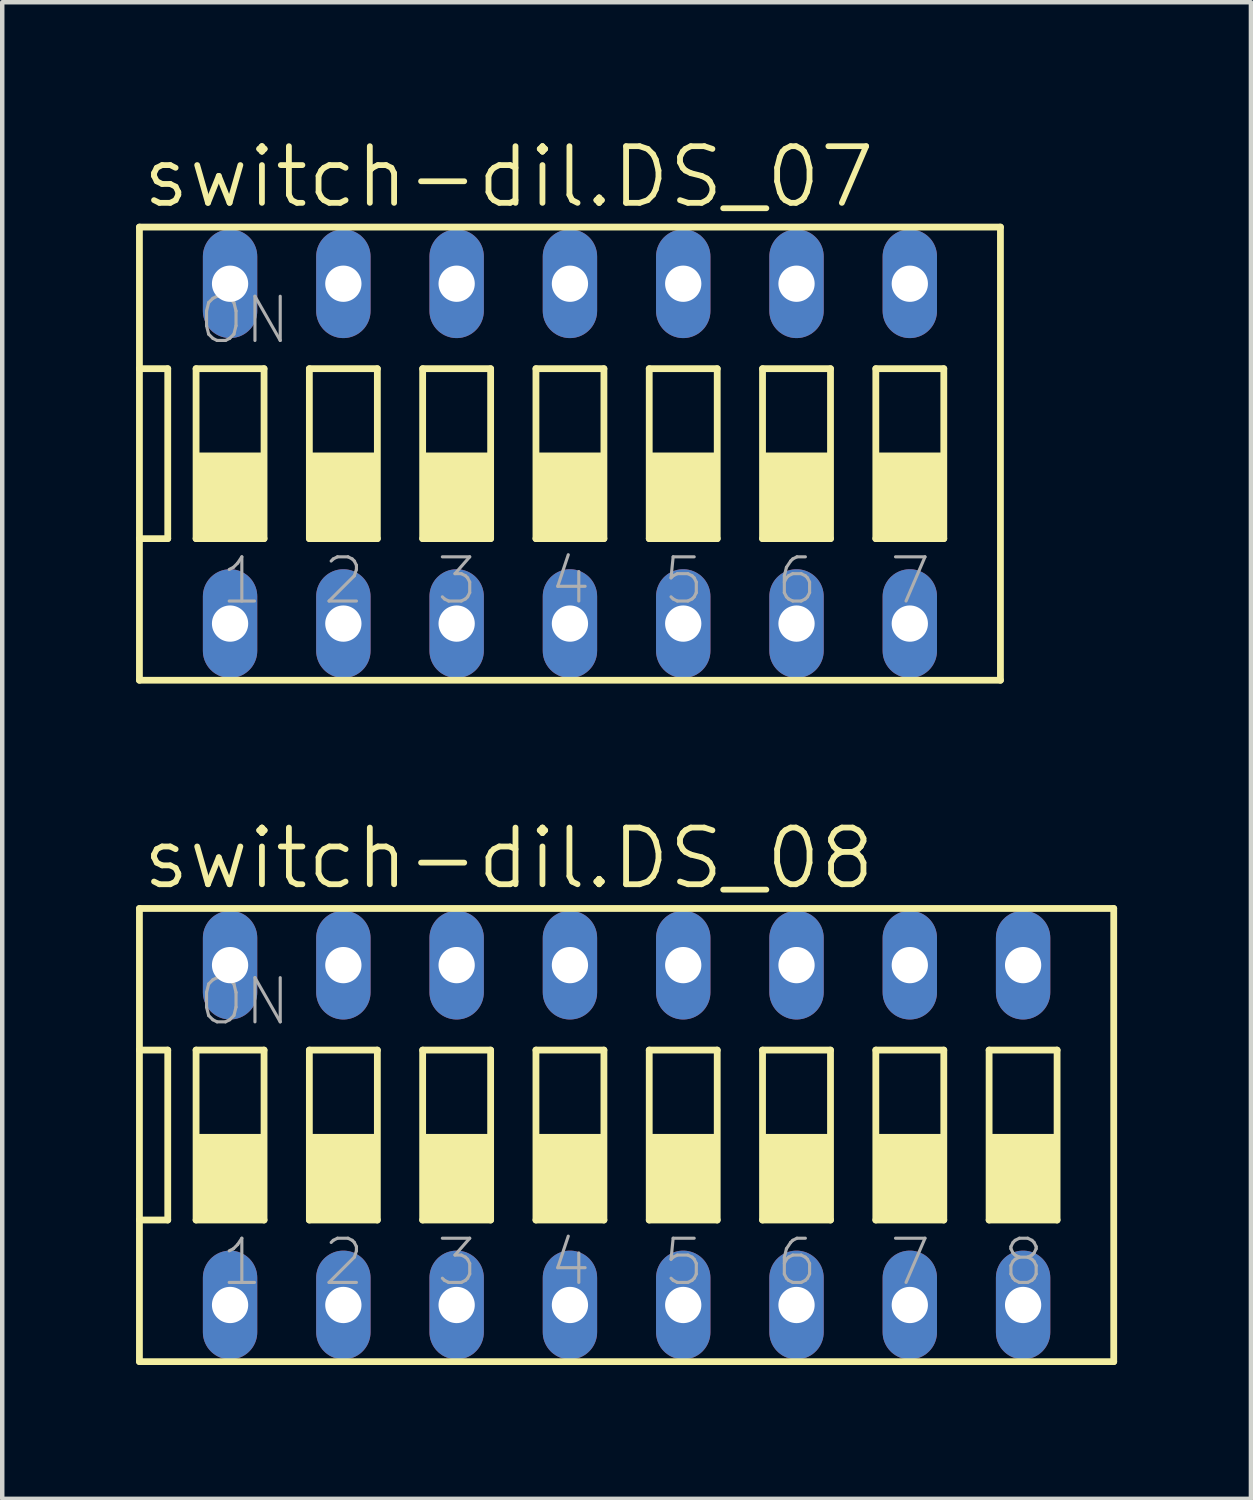
<source format=kicad_pcb>
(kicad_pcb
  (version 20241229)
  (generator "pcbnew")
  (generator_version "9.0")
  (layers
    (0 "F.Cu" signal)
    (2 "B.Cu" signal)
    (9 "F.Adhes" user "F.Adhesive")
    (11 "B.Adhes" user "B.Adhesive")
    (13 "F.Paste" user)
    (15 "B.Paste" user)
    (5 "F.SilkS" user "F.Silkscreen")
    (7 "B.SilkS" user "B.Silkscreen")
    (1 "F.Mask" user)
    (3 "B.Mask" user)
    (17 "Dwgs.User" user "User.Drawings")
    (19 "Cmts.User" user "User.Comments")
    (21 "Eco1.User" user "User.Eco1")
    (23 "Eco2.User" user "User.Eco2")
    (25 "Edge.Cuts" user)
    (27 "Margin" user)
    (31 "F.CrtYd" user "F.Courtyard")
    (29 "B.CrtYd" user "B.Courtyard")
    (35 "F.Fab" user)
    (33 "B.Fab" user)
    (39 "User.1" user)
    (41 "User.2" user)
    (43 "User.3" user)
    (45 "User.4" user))
  (footprint "switch-dil.DS_08"
    (layer "F.Cu")
    (at 10.998 22.398)
    (property "Reference" "switch-dil.DS_08" (at -10.922 -5.461 0) (layer "F.SilkS") (effects (font (size 1.27 1.27) (thickness 0.13)) (justify left bottom)))
    (attr through_hole)
    (fp_line (start -10.922 -5.08) (end -10.922 -1.905) (stroke (width 0.152) (type default)) (layer "F.SilkS"))
    (fp_line (start -10.922 -1.905) (end -10.922 1.905) (stroke (width 0.152) (type default)) (layer "F.SilkS"))
    (fp_line (start -10.922 -1.905) (end -10.287 -1.905) (stroke (width 0.152) (type default)) (layer "F.SilkS"))
    (fp_line (start -10.922 1.905) (end -10.922 5.08) (stroke (width 0.152) (type default)) (layer "F.SilkS"))
    (fp_line (start -10.922 1.905) (end -10.287 1.905) (stroke (width 0.152) (type default)) (layer "F.SilkS"))
    (fp_line (start -10.922 5.08) (end 10.922 5.08) (stroke (width 0.152) (type default)) (layer "F.SilkS"))
    (fp_line (start -10.287 1.905) (end -10.287 -1.905) (stroke (width 0.152) (type default)) (layer "F.SilkS"))
    (fp_line (start -9.652 -1.905) (end -9.652 1.905) (stroke (width 0.152) (type default)) (layer "F.SilkS"))
    (fp_line (start -9.652 -1.905) (end -8.128 -1.905) (stroke (width 0.152) (type default)) (layer "F.SilkS"))
    (fp_line (start -8.128 1.905) (end -9.652 1.905) (stroke (width 0.152) (type default)) (layer "F.SilkS"))
    (fp_line (start -8.128 1.905) (end -8.128 -1.905) (stroke (width 0.152) (type default)) (layer "F.SilkS"))
    (fp_line (start -7.112 -1.905) (end -7.112 1.905) (stroke (width 0.152) (type default)) (layer "F.SilkS"))
    (fp_line (start -7.112 -1.905) (end -5.588 -1.905) (stroke (width 0.152) (type default)) (layer "F.SilkS"))
    (fp_line (start -5.588 1.905) (end -7.112 1.905) (stroke (width 0.152) (type default)) (layer "F.SilkS"))
    (fp_line (start -5.588 1.905) (end -5.588 -1.905) (stroke (width 0.152) (type default)) (layer "F.SilkS"))
    (fp_line (start -4.572 -1.905) (end -4.572 1.905) (stroke (width 0.152) (type default)) (layer "F.SilkS"))
    (fp_line (start -4.572 -1.905) (end -3.048 -1.905) (stroke (width 0.152) (type default)) (layer "F.SilkS"))
    (fp_line (start -3.048 1.905) (end -4.572 1.905) (stroke (width 0.152) (type default)) (layer "F.SilkS"))
    (fp_line (start -3.048 1.905) (end -3.048 -1.905) (stroke (width 0.152) (type default)) (layer "F.SilkS"))
    (fp_line (start -2.032 -1.905) (end -2.032 1.905) (stroke (width 0.152) (type default)) (layer "F.SilkS"))
    (fp_line (start -2.032 -1.905) (end -0.508 -1.905) (stroke (width 0.152) (type default)) (layer "F.SilkS"))
    (fp_line (start -0.508 1.905) (end -2.032 1.905) (stroke (width 0.152) (type default)) (layer "F.SilkS"))
    (fp_line (start -0.508 1.905) (end -0.508 -1.905) (stroke (width 0.152) (type default)) (layer "F.SilkS"))
    (fp_line (start 0.508 -1.905) (end 0.508 1.905) (stroke (width 0.152) (type default)) (layer "F.SilkS"))
    (fp_line (start 0.508 -1.905) (end 2.032 -1.905) (stroke (width 0.152) (type default)) (layer "F.SilkS"))
    (fp_line (start 2.032 1.905) (end 0.508 1.905) (stroke (width 0.152) (type default)) (layer "F.SilkS"))
    (fp_line (start 2.032 1.905) (end 2.032 -1.905) (stroke (width 0.152) (type default)) (layer "F.SilkS"))
    (fp_line (start 3.048 -1.905) (end 3.048 1.905) (stroke (width 0.152) (type default)) (layer "F.SilkS"))
    (fp_line (start 3.048 -1.905) (end 4.572 -1.905) (stroke (width 0.152) (type default)) (layer "F.SilkS"))
    (fp_line (start 4.572 1.905) (end 3.048 1.905) (stroke (width 0.152) (type default)) (layer "F.SilkS"))
    (fp_line (start 4.572 1.905) (end 4.572 -1.905) (stroke (width 0.152) (type default)) (layer "F.SilkS"))
    (fp_line (start 5.588 -1.905) (end 5.588 1.905) (stroke (width 0.152) (type default)) (layer "F.SilkS"))
    (fp_line (start 5.588 -1.905) (end 7.112 -1.905) (stroke (width 0.152) (type default)) (layer "F.SilkS"))
    (fp_line (start 7.112 1.905) (end 5.588 1.905) (stroke (width 0.152) (type default)) (layer "F.SilkS"))
    (fp_line (start 7.112 1.905) (end 7.112 -1.905) (stroke (width 0.152) (type default)) (layer "F.SilkS"))
    (fp_line (start 8.128 -1.905) (end 8.128 1.905) (stroke (width 0.152) (type default)) (layer "F.SilkS"))
    (fp_line (start 8.128 -1.905) (end 9.652 -1.905) (stroke (width 0.152) (type default)) (layer "F.SilkS"))
    (fp_line (start 9.652 1.905) (end 8.128 1.905) (stroke (width 0.152) (type default)) (layer "F.SilkS"))
    (fp_line (start 9.652 1.905) (end 9.652 -1.905) (stroke (width 0.152) (type default)) (layer "F.SilkS"))
    (fp_line (start 10.922 -5.08) (end -10.922 -5.08) (stroke (width 0.152) (type default)) (layer "F.SilkS"))
    (fp_line (start 10.922 5.08) (end 10.922 -5.08) (stroke (width 0.152) (type default)) (layer "F.SilkS"))
    (fp_rect (start -9.652 1.905) (end -8.128 0) (stroke (width 0.05) (type default)) (fill yes) (layer "F.SilkS"))
    (fp_rect (start -7.112 1.905) (end -5.588 0) (stroke (width 0.05) (type default)) (fill yes) (layer "F.SilkS"))
    (fp_rect (start -4.572 1.905) (end -3.048 0) (stroke (width 0.05) (type default)) (fill yes) (layer "F.SilkS"))
    (fp_rect (start -2.032 1.905) (end -0.508 0) (stroke (width 0.05) (type default)) (fill yes) (layer "F.SilkS"))
    (fp_rect (start 0.508 1.905) (end 2.032 0) (stroke (width 0.05) (type default)) (fill yes) (layer "F.SilkS"))
    (fp_rect (start 3.048 1.905) (end 4.572 0) (stroke (width 0.05) (type default)) (fill yes) (layer "F.SilkS"))
    (fp_rect (start 5.588 1.905) (end 7.112 0) (stroke (width 0.05) (type default)) (fill yes) (layer "F.SilkS"))
    (fp_rect (start 8.128 1.905) (end 9.652 0) (stroke (width 0.05) (type default)) (fill yes) (layer "F.SilkS"))
    (fp_text user "5" (at 0.762 3.429 0) (layer "F.Fab") (effects (font (size 0.991 0.991) (thickness 0.07)) (justify left bottom)))
    (fp_text user "ON" (at -9.652 -2.413 0) (layer "F.Fab") (effects (font (size 0.991 0.991) (thickness 0.07)) (justify left bottom)))
    (fp_text user "3" (at -4.318 3.429 0) (layer "F.Fab") (effects (font (size 0.991 0.991) (thickness 0.07)) (justify left bottom)))
    (fp_text user "4" (at -1.778 3.429 0) (layer "F.Fab") (effects (font (size 0.991 0.991) (thickness 0.07)) (justify left bottom)))
    (fp_text user "2" (at -6.858 3.429 0) (layer "F.Fab") (effects (font (size 0.991 0.991) (thickness 0.07)) (justify left bottom)))
    (fp_text user "8" (at 8.382 3.429 0) (layer "F.Fab") (effects (font (size 0.991 0.991) (thickness 0.07)) (justify left bottom)))
    (fp_text user "7" (at 5.842 3.429 0) (layer "F.Fab") (effects (font (size 0.991 0.991) (thickness 0.07)) (justify left bottom)))
    (fp_text user "6" (at 3.302 3.429 0) (layer "F.Fab") (effects (font (size 0.991 0.991) (thickness 0.07)) (justify left bottom)))
    (fp_text user "1" (at -9.144 3.429 0) (layer "F.Fab") (effects (font (size 0.991 0.991) (thickness 0.07)) (justify left bottom)))
    (pad "1" thru_hole oval (at -8.89 3.81 90) (size 2.438 1.219) (drill 0.813) (layers "*.Cu" "*.Mask"))
    (pad "2" thru_hole oval (at -6.35 3.81 90) (size 2.438 1.219) (drill 0.813) (layers "*.Cu" "*.Mask"))
    (pad "3" thru_hole oval (at -3.81 3.81 90) (size 2.438 1.219) (drill 0.813) (layers "*.Cu" "*.Mask"))
    (pad "4" thru_hole oval (at -1.27 3.81 90) (size 2.438 1.219) (drill 0.813) (layers "*.Cu" "*.Mask"))
    (pad "5" thru_hole oval (at 1.27 3.81 90) (size 2.438 1.219) (drill 0.813) (layers "*.Cu" "*.Mask"))
    (pad "6" thru_hole oval (at 3.81 3.81 90) (size 2.438 1.219) (drill 0.813) (layers "*.Cu" "*.Mask"))
    (pad "7" thru_hole oval (at 6.35 3.81 90) (size 2.438 1.219) (drill 0.813) (layers "*.Cu" "*.Mask"))
    (pad "8" thru_hole oval (at 8.89 3.81 90) (size 2.438 1.219) (drill 0.813) (layers "*.Cu" "*.Mask"))
    (pad "9" thru_hole oval (at 8.89 -3.81 90) (size 2.438 1.219) (drill 0.813) (layers "*.Cu" "*.Mask"))
    (pad "10" thru_hole oval (at 6.35 -3.81 90) (size 2.438 1.219) (drill 0.813) (layers "*.Cu" "*.Mask"))
    (pad "11" thru_hole oval (at 3.81 -3.81 90) (size 2.438 1.219) (drill 0.813) (layers "*.Cu" "*.Mask"))
    (pad "12" thru_hole oval (at 1.27 -3.81 90) (size 2.438 1.219) (drill 0.813) (layers "*.Cu" "*.Mask"))
    (pad "13" thru_hole oval (at -1.27 -3.81 90) (size 2.438 1.219) (drill 0.813) (layers "*.Cu" "*.Mask"))
    (pad "14" thru_hole oval (at -3.81 -3.81 90) (size 2.438 1.219) (drill 0.813) (layers "*.Cu" "*.Mask"))
    (pad "15" thru_hole oval (at -6.35 -3.81 90) (size 2.438 1.219) (drill 0.813) (layers "*.Cu" "*.Mask"))
    (pad "16" thru_hole oval (at -8.89 -3.81 90) (size 2.438 1.219) (drill 0.813) (layers "*.Cu" "*.Mask")))
  (footprint "switch-dil.DS_07"
    (layer "F.Cu")
    (at 9.728 7.121)
    (property "Reference" "switch-dil.DS_07" (at -9.652 -5.461 0) (layer "F.SilkS") (effects (font (size 1.27 1.27) (thickness 0.13)) (justify left bottom)))
    (attr through_hole)
    (fp_line (start -9.652 -5.08) (end -9.652 -1.905) (stroke (width 0.152) (type default)) (layer "F.SilkS"))
    (fp_line (start -9.652 -1.905) (end -9.652 1.905) (stroke (width 0.152) (type default)) (layer "F.SilkS"))
    (fp_line (start -9.652 -1.905) (end -9.017 -1.905) (stroke (width 0.152) (type default)) (layer "F.SilkS"))
    (fp_line (start -9.652 1.905) (end -9.652 5.08) (stroke (width 0.152) (type default)) (layer "F.SilkS"))
    (fp_line (start -9.652 1.905) (end -9.017 1.905) (stroke (width 0.152) (type default)) (layer "F.SilkS"))
    (fp_line (start -9.652 5.08) (end 9.652 5.08) (stroke (width 0.152) (type default)) (layer "F.SilkS"))
    (fp_line (start -9.017 1.905) (end -9.017 -1.905) (stroke (width 0.152) (type default)) (layer "F.SilkS"))
    (fp_line (start -8.382 -1.905) (end -8.382 1.905) (stroke (width 0.152) (type default)) (layer "F.SilkS"))
    (fp_line (start -8.382 -1.905) (end -6.858 -1.905) (stroke (width 0.152) (type default)) (layer "F.SilkS"))
    (fp_line (start -6.858 1.905) (end -8.382 1.905) (stroke (width 0.152) (type default)) (layer "F.SilkS"))
    (fp_line (start -6.858 1.905) (end -6.858 -1.905) (stroke (width 0.152) (type default)) (layer "F.SilkS"))
    (fp_line (start -5.842 -1.905) (end -5.842 1.905) (stroke (width 0.152) (type default)) (layer "F.SilkS"))
    (fp_line (start -5.842 -1.905) (end -4.318 -1.905) (stroke (width 0.152) (type default)) (layer "F.SilkS"))
    (fp_line (start -4.318 1.905) (end -5.842 1.905) (stroke (width 0.152) (type default)) (layer "F.SilkS"))
    (fp_line (start -4.318 1.905) (end -4.318 -1.905) (stroke (width 0.152) (type default)) (layer "F.SilkS"))
    (fp_line (start -3.302 -1.905) (end -3.302 1.905) (stroke (width 0.152) (type default)) (layer "F.SilkS"))
    (fp_line (start -3.302 -1.905) (end -1.778 -1.905) (stroke (width 0.152) (type default)) (layer "F.SilkS"))
    (fp_line (start -1.778 1.905) (end -3.302 1.905) (stroke (width 0.152) (type default)) (layer "F.SilkS"))
    (fp_line (start -1.778 1.905) (end -1.778 -1.905) (stroke (width 0.152) (type default)) (layer "F.SilkS"))
    (fp_line (start -0.762 -1.905) (end -0.762 1.905) (stroke (width 0.152) (type default)) (layer "F.SilkS"))
    (fp_line (start -0.762 -1.905) (end 0.762 -1.905) (stroke (width 0.152) (type default)) (layer "F.SilkS"))
    (fp_line (start 0.762 1.905) (end -0.762 1.905) (stroke (width 0.152) (type default)) (layer "F.SilkS"))
    (fp_line (start 0.762 1.905) (end 0.762 -1.905) (stroke (width 0.152) (type default)) (layer "F.SilkS"))
    (fp_line (start 1.778 -1.905) (end 1.778 1.905) (stroke (width 0.152) (type default)) (layer "F.SilkS"))
    (fp_line (start 1.778 -1.905) (end 3.302 -1.905) (stroke (width 0.152) (type default)) (layer "F.SilkS"))
    (fp_line (start 3.302 1.905) (end 1.778 1.905) (stroke (width 0.152) (type default)) (layer "F.SilkS"))
    (fp_line (start 3.302 1.905) (end 3.302 -1.905) (stroke (width 0.152) (type default)) (layer "F.SilkS"))
    (fp_line (start 4.318 -1.905) (end 4.318 1.905) (stroke (width 0.152) (type default)) (layer "F.SilkS"))
    (fp_line (start 4.318 -1.905) (end 5.842 -1.905) (stroke (width 0.152) (type default)) (layer "F.SilkS"))
    (fp_line (start 5.842 1.905) (end 4.318 1.905) (stroke (width 0.152) (type default)) (layer "F.SilkS"))
    (fp_line (start 5.842 1.905) (end 5.842 -1.905) (stroke (width 0.152) (type default)) (layer "F.SilkS"))
    (fp_line (start 6.858 -1.905) (end 6.858 1.905) (stroke (width 0.152) (type default)) (layer "F.SilkS"))
    (fp_line (start 6.858 -1.905) (end 8.382 -1.905) (stroke (width 0.152) (type default)) (layer "F.SilkS"))
    (fp_line (start 8.382 1.905) (end 6.858 1.905) (stroke (width 0.152) (type default)) (layer "F.SilkS"))
    (fp_line (start 8.382 1.905) (end 8.382 -1.905) (stroke (width 0.152) (type default)) (layer "F.SilkS"))
    (fp_line (start 9.652 -5.08) (end -9.652 -5.08) (stroke (width 0.152) (type default)) (layer "F.SilkS"))
    (fp_line (start 9.652 5.08) (end 9.652 -5.08) (stroke (width 0.152) (type default)) (layer "F.SilkS"))
    (fp_rect (start -8.382 1.905) (end -6.858 0) (stroke (width 0.05) (type default)) (fill yes) (layer "F.SilkS"))
    (fp_rect (start -5.842 1.905) (end -4.318 0) (stroke (width 0.05) (type default)) (fill yes) (layer "F.SilkS"))
    (fp_rect (start -3.302 1.905) (end -1.778 0) (stroke (width 0.05) (type default)) (fill yes) (layer "F.SilkS"))
    (fp_rect (start -0.762 1.905) (end 0.762 0) (stroke (width 0.05) (type default)) (fill yes) (layer "F.SilkS"))
    (fp_rect (start 1.778 1.905) (end 3.302 0) (stroke (width 0.05) (type default)) (fill yes) (layer "F.SilkS"))
    (fp_rect (start 4.318 1.905) (end 5.842 0) (stroke (width 0.05) (type default)) (fill yes) (layer "F.SilkS"))
    (fp_rect (start 6.858 1.905) (end 8.382 0) (stroke (width 0.05) (type default)) (fill yes) (layer "F.SilkS"))
    (fp_text user "1" (at -7.874 3.429 0) (layer "F.Fab") (effects (font (size 0.991 0.991) (thickness 0.07)) (justify left bottom)))
    (fp_text user "7" (at 7.112 3.429 0) (layer "F.Fab") (effects (font (size 0.991 0.991) (thickness 0.07)) (justify left bottom)))
    (fp_text user "5" (at 2.032 3.429 0) (layer "F.Fab") (effects (font (size 0.991 0.991) (thickness 0.07)) (justify left bottom)))
    (fp_text user "ON" (at -8.382 -2.413 0) (layer "F.Fab") (effects (font (size 0.991 0.991) (thickness 0.07)) (justify left bottom)))
    (fp_text user "3" (at -3.048 3.429 0) (layer "F.Fab") (effects (font (size 0.991 0.991) (thickness 0.07)) (justify left bottom)))
    (fp_text user "2" (at -5.588 3.429 0) (layer "F.Fab") (effects (font (size 0.991 0.991) (thickness 0.07)) (justify left bottom)))
    (fp_text user "6" (at 4.572 3.429 0) (layer "F.Fab") (effects (font (size 0.991 0.991) (thickness 0.07)) (justify left bottom)))
    (fp_text user "4" (at -0.508 3.429 0) (layer "F.Fab") (effects (font (size 0.991 0.991) (thickness 0.07)) (justify left bottom)))
    (pad "1" thru_hole oval (at -7.62 3.81 90) (size 2.438 1.219) (drill 0.813) (layers "*.Cu" "*.Mask"))
    (pad "2" thru_hole oval (at -5.08 3.81 90) (size 2.438 1.219) (drill 0.813) (layers "*.Cu" "*.Mask"))
    (pad "3" thru_hole oval (at -2.54 3.81 90) (size 2.438 1.219) (drill 0.813) (layers "*.Cu" "*.Mask"))
    (pad "4" thru_hole oval (at 0 3.81 90) (size 2.438 1.219) (drill 0.813) (layers "*.Cu" "*.Mask"))
    (pad "5" thru_hole oval (at 2.54 3.81 90) (size 2.438 1.219) (drill 0.813) (layers "*.Cu" "*.Mask"))
    (pad "6" thru_hole oval (at 5.08 3.81 90) (size 2.438 1.219) (drill 0.813) (layers "*.Cu" "*.Mask"))
    (pad "7" thru_hole oval (at 7.62 3.81 90) (size 2.438 1.219) (drill 0.813) (layers "*.Cu" "*.Mask"))
    (pad "8" thru_hole oval (at 7.62 -3.81 90) (size 2.438 1.219) (drill 0.813) (layers "*.Cu" "*.Mask"))
    (pad "9" thru_hole oval (at 5.08 -3.81 90) (size 2.438 1.219) (drill 0.813) (layers "*.Cu" "*.Mask"))
    (pad "10" thru_hole oval (at 2.54 -3.81 90) (size 2.438 1.219) (drill 0.813) (layers "*.Cu" "*.Mask"))
    (pad "11" thru_hole oval (at 0 -3.81 90) (size 2.438 1.219) (drill 0.813) (layers "*.Cu" "*.Mask"))
    (pad "12" thru_hole oval (at -2.54 -3.81 90) (size 2.438 1.219) (drill 0.813) (layers "*.Cu" "*.Mask"))
    (pad "13" thru_hole oval (at -5.08 -3.81 90) (size 2.438 1.219) (drill 0.813) (layers "*.Cu" "*.Mask"))
    (pad "14" thru_hole oval (at -7.62 -3.81 90) (size 2.438 1.219) (drill 0.813) (layers "*.Cu" "*.Mask")))
  (gr_rect
    (start -3 -3)
    (end 24.996 30.554)
    (stroke (width 0.1) (type default))
    (fill no)
    (layer "Edge.Cuts")))
</source>
